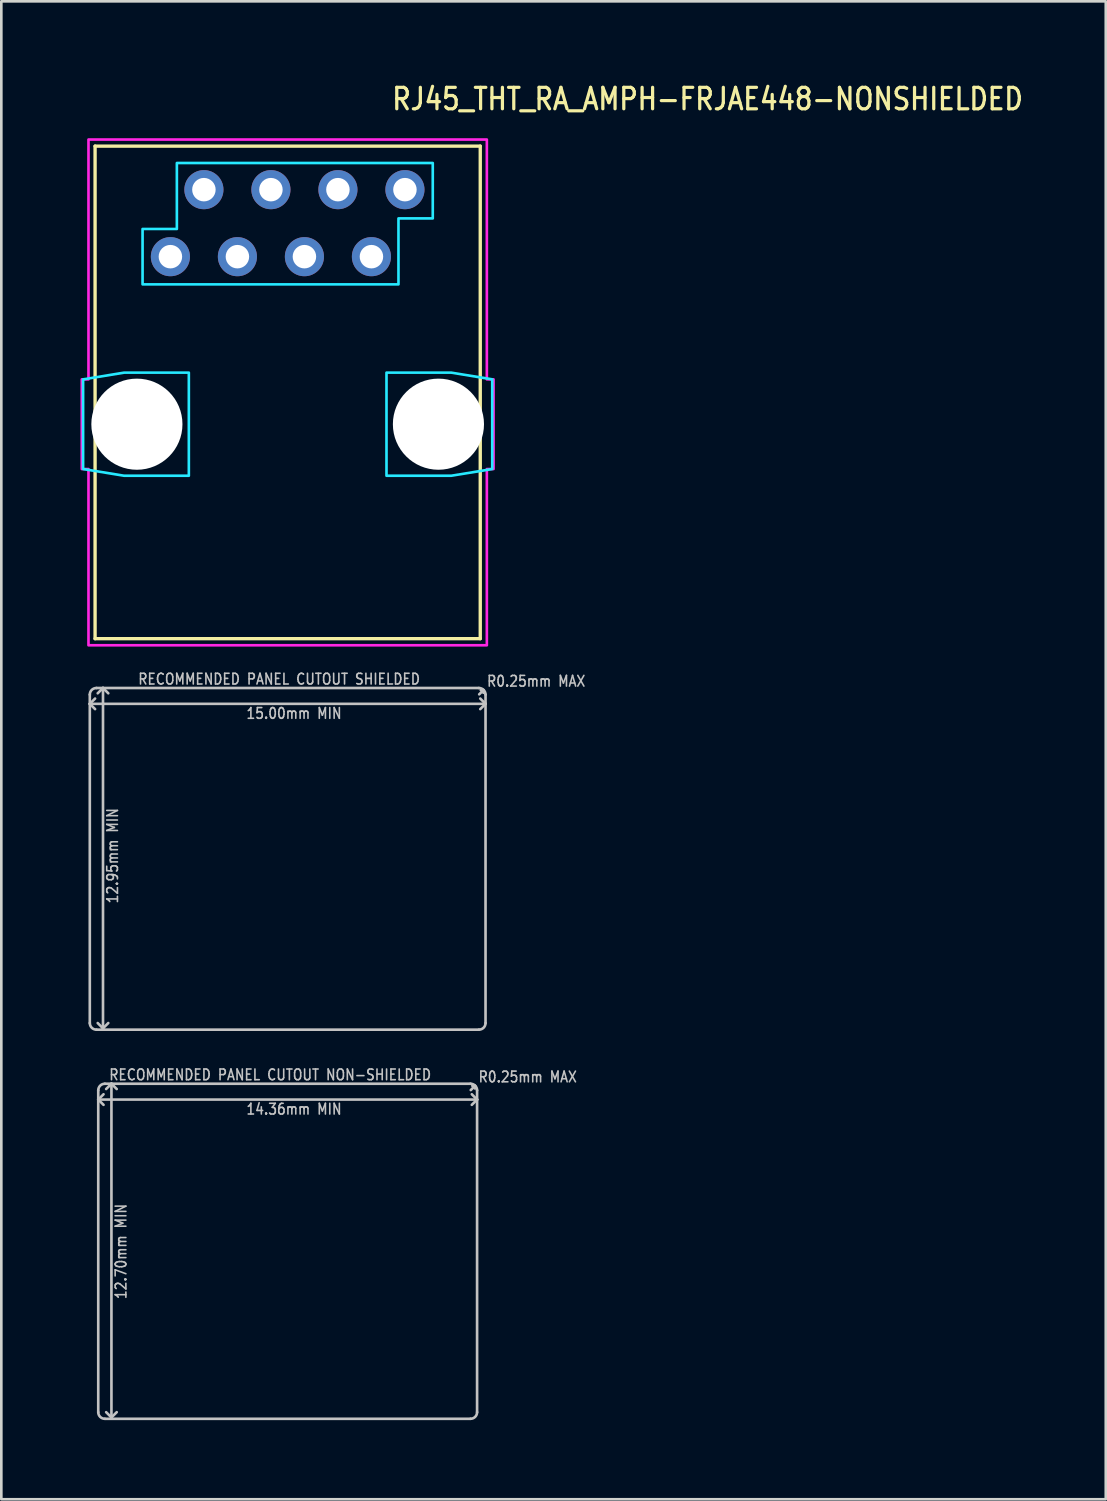
<source format=kicad_pcb>
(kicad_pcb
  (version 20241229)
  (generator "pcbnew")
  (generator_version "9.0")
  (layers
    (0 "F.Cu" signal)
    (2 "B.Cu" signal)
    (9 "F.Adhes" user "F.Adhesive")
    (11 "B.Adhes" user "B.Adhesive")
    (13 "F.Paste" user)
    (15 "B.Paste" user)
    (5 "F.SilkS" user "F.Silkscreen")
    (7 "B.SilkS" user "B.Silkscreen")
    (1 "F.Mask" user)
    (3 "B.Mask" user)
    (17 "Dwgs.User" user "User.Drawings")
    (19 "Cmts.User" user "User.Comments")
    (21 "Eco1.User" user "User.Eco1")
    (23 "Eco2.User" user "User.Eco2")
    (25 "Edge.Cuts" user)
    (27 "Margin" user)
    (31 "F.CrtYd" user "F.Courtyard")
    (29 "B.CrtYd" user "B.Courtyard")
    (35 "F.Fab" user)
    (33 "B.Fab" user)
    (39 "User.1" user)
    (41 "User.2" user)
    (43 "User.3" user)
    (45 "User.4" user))
  (footprint "RJ45_THT_RA_AMPH-FRJAE448-NONSHIELDED"
    (layer "F.Cu")
    (at 7.854 13.029)
    (property "Reference" "RJ45_THT_RA_AMPH-FRJAE448-NONSHIELDED" (at 3.89 -11.85 0) (unlocked yes) (layer "F.SilkS") (effects (font (size 0.813 0.695) (thickness 0.122)) (justify left bottom)))
    (fp_line (start -7.3 -10.54) (end 7.3 -10.54) (stroke (width 0.127) (type solid)) (layer "F.SilkS"))
    (fp_line (start -7.3 8.13) (end -7.3 -10.54) (stroke (width 0.127) (type solid)) (layer "F.SilkS"))
    (fp_line (start 7.3 -10.54) (end 7.3 8.13) (stroke (width 0.127) (type solid)) (layer "F.SilkS"))
    (fp_line (start 7.3 8.13) (end -7.3 8.13) (stroke (width 0.127) (type solid)) (layer "F.SilkS"))
    (fp_line (start -7.5 10.6) (end -7.5 10.25) (stroke (width 0.1) (type solid)) (layer "Dwgs.User"))
    (fp_line (start -7.5 10.6) (end -7.3 10.8) (stroke (width 0.1) (type solid)) (layer "Dwgs.User"))
    (fp_line (start -7.5 10.6) (end 7.5 10.6) (stroke (width 0.1) (type solid)) (layer "Dwgs.User"))
    (fp_line (start -7.5 22.7) (end -7.5 10.6) (stroke (width 0.1) (type solid)) (layer "Dwgs.User"))
    (fp_line (start -7.3 10.4) (end -7.5 10.6) (stroke (width 0.1) (type solid)) (layer "Dwgs.User"))
    (fp_line (start -7.25 10) (end -7 10) (stroke (width 0.1) (type solid)) (layer "Dwgs.User"))
    (fp_line (start -7.18 25.6) (end -7.18 25.25) (stroke (width 0.1) (type solid)) (layer "Dwgs.User"))
    (fp_line (start -7.18 25.6) (end -6.98 25.8) (stroke (width 0.1) (type solid)) (layer "Dwgs.User"))
    (fp_line (start -7.18 25.6) (end 7.18 25.6) (stroke (width 0.1) (type solid)) (layer "Dwgs.User"))
    (fp_line (start -7.18 37.45) (end -7.18 25.6) (stroke (width 0.1) (type solid)) (layer "Dwgs.User"))
    (fp_line (start -7 10) (end -7.2 10.2) (stroke (width 0.1) (type solid)) (layer "Dwgs.User"))
    (fp_line (start -7 10) (end -7 22.9) (stroke (width 0.1) (type solid)) (layer "Dwgs.User"))
    (fp_line (start -7 10) (end -6.8 10.2) (stroke (width 0.1) (type solid)) (layer "Dwgs.User"))
    (fp_line (start -7 10) (end 7.25 10) (stroke (width 0.1) (type solid)) (layer "Dwgs.User"))
    (fp_line (start -7 22.9) (end -7.2 22.7) (stroke (width 0.1) (type solid)) (layer "Dwgs.User"))
    (fp_line (start -7 22.9) (end -6.8 22.7) (stroke (width 0.1) (type solid)) (layer "Dwgs.User"))
    (fp_line (start -6.98 25.4) (end -7.18 25.6) (stroke (width 0.1) (type solid)) (layer "Dwgs.User"))
    (fp_line (start -6.93 25) (end -6.68 25) (stroke (width 0.1) (type solid)) (layer "Dwgs.User"))
    (fp_line (start -6.68 25) (end -6.88 25.2) (stroke (width 0.1) (type solid)) (layer "Dwgs.User"))
    (fp_line (start -6.68 25) (end -6.68 37.65) (stroke (width 0.1) (type solid)) (layer "Dwgs.User"))
    (fp_line (start -6.68 25) (end -6.48 25.2) (stroke (width 0.1) (type solid)) (layer "Dwgs.User"))
    (fp_line (start -6.68 25) (end 6.93 25) (stroke (width 0.1) (type solid)) (layer "Dwgs.User"))
    (fp_line (start -6.68 37.65) (end -6.88 37.45) (stroke (width 0.1) (type solid)) (layer "Dwgs.User"))
    (fp_line (start -6.68 37.65) (end -6.48 37.45) (stroke (width 0.1) (type solid)) (layer "Dwgs.User"))
    (fp_line (start 6.93 37.7) (end -6.93 37.7) (stroke (width 0.1) (type solid)) (layer "Dwgs.User"))
    (fp_line (start 6.94 25.24) (end 7.1 25.08) (stroke (width 0.1) (type solid)) (layer "Dwgs.User"))
    (fp_line (start 7.1 25.08) (end 7 25.08) (stroke (width 0.1) (type solid)) (layer "Dwgs.User"))
    (fp_line (start 7.1 25.08) (end 7.1 25.18) (stroke (width 0.1) (type solid)) (layer "Dwgs.User"))
    (fp_line (start 7.18 25.25) (end 7.18 25.6) (stroke (width 0.1) (type solid)) (layer "Dwgs.User"))
    (fp_line (start 7.18 25.6) (end 6.98 25.4) (stroke (width 0.1) (type solid)) (layer "Dwgs.User"))
    (fp_line (start 7.18 25.6) (end 6.98 25.8) (stroke (width 0.1) (type solid)) (layer "Dwgs.User"))
    (fp_line (start 7.18 25.6) (end 7.18 37.45) (stroke (width 0.1) (type solid)) (layer "Dwgs.User"))
    (fp_line (start 7.25 22.95) (end -7.25 22.95) (stroke (width 0.1) (type solid)) (layer "Dwgs.User"))
    (fp_line (start 7.26 10.24) (end 7.42 10.08) (stroke (width 0.1) (type solid)) (layer "Dwgs.User"))
    (fp_line (start 7.42 10.08) (end 7.32 10.08) (stroke (width 0.1) (type solid)) (layer "Dwgs.User"))
    (fp_line (start 7.42 10.08) (end 7.42 10.18) (stroke (width 0.1) (type solid)) (layer "Dwgs.User"))
    (fp_line (start 7.5 10.25) (end 7.5 10.6) (stroke (width 0.1) (type solid)) (layer "Dwgs.User"))
    (fp_line (start 7.5 10.6) (end 7.3 10.4) (stroke (width 0.1) (type solid)) (layer "Dwgs.User"))
    (fp_line (start 7.5 10.6) (end 7.3 10.8) (stroke (width 0.1) (type solid)) (layer "Dwgs.User"))
    (fp_line (start 7.5 10.6) (end 7.5 22.7) (stroke (width 0.1) (type solid)) (layer "Dwgs.User"))
    (fp_arc (start -7.5 10.25) (mid -7.426777 10.073223) (end -7.25 10) (stroke (width 0.1) (type solid)) (layer "Dwgs.User"))
    (fp_arc (start -7.25 22.95) (mid -7.426777 22.876777) (end -7.5 22.7) (stroke (width 0.1) (type solid)) (layer "Dwgs.User"))
    (fp_arc (start -7.18 25.25) (mid -7.106777 25.073223) (end -6.93 25) (stroke (width 0.1) (type solid)) (layer "Dwgs.User"))
    (fp_arc (start -6.93 37.7) (mid -7.106777 37.626777) (end -7.18 37.45) (stroke (width 0.1) (type solid)) (layer "Dwgs.User"))
    (fp_arc (start 6.93 25) (mid 7.106777 25.073223) (end 7.18 25.25) (stroke (width 0.1) (type solid)) (layer "Dwgs.User"))
    (fp_arc (start 7.18 37.45) (mid 7.106777 37.626777) (end 6.93 37.7) (stroke (width 0.1) (type solid)) (layer "Dwgs.User"))
    (fp_arc (start 7.25 10) (mid 7.426777 10.073223) (end 7.5 10.25) (stroke (width 0.1) (type solid)) (layer "Dwgs.User"))
    (fp_arc (start 7.5 22.7) (mid 7.426777 22.876777) (end 7.25 22.95) (stroke (width 0.1) (type solid)) (layer "Dwgs.User"))
    (fp_poly (pts (xy -6.2 -1.954) (xy -3.746 -1.954) (xy -3.746 1.954) (xy -6.2 1.954) (xy -7.754 1.7) (xy -7.754 -1.7)) (stroke (width 0.1) (type solid)) (fill no) (layer "B.CrtYd"))
    (fp_poly (pts (xy 6.2 1.954) (xy 3.746 1.954) (xy 3.746 -1.954) (xy 6.2 -1.954) (xy 7.754 -1.7) (xy 7.754 1.7)) (stroke (width 0.1) (type solid)) (fill no) (layer "B.CrtYd"))
    (fp_poly (pts (xy -4.2 -9.9) (xy 5.5 -9.9) (xy 5.5 -7.8) (xy 4.2 -7.8) (xy 4.2 -5.3) (xy -5.5 -5.3) (xy -5.5 -7.4) (xy -4.2 -7.4)) (stroke (width 0.1) (type solid)) (fill no) (layer "B.CrtYd"))
    (fp_poly (pts (xy -7.55 -10.79) (xy 7.55 -10.79) (xy 7.55 -1.7) (xy 7.804 -1.7) (xy 7.804 1.7) (xy 7.55 1.7) (xy 7.55 8.38) (xy -7.55 8.38) (xy -7.55 1.7) (xy -7.804 1.7) (xy -7.804 -1.7) (xy -7.55 -1.7)) (stroke (width 0.1) (type solid)) (fill no) (layer "F.CrtYd"))
    (fp_text user "R0.25mm MAX" (at 7.2 24.98 0) (unlocked yes) (layer "Dwgs.User") (effects (font (size 0.406 0.347) (thickness 0.061)) (justify left bottom)))
    (fp_text user "14.36mm MIN" (at -1.6 26.2 0) (unlocked yes) (layer "Dwgs.User") (effects (font (size 0.406 0.347) (thickness 0.061)) (justify left bottom)))
    (fp_text user "12.70mm MIN" (at -6.08 33.2 90) (unlocked yes) (layer "Dwgs.User") (effects (font (size 0.406 0.347) (thickness 0.061)) (justify left bottom)))
    (fp_text user "12.95mm MIN" (at -6.4 18.2 90) (unlocked yes) (layer "Dwgs.User") (effects (font (size 0.406 0.347) (thickness 0.061)) (justify left bottom)))
    (fp_text user "RECOMMENDED PANEL CUTOUT SHIELDED" (at -5.7 9.9 0) (unlocked yes) (layer "Dwgs.User") (effects (font (size 0.406 0.347) (thickness 0.061)) (justify left bottom)))
    (fp_text user "15.00mm MIN" (at -1.6 11.2 0) (unlocked yes) (layer "Dwgs.User") (effects (font (size 0.406 0.347) (thickness 0.061)) (justify left bottom)))
    (fp_text user "R0.25mm MAX" (at 7.52 9.98 0) (unlocked yes) (layer "Dwgs.User") (effects (font (size 0.406 0.347) (thickness 0.061)) (justify left bottom)))
    (fp_text user "RECOMMENDED PANEL CUTOUT NON-SHIELDED" (at -6.8 24.9 0) (unlocked yes) (layer "Dwgs.User") (effects (font (size 0.406 0.347) (thickness 0.061)) (justify left bottom)))
    (pad "" np_thru_hole circle (at -5.715 0) (size 3.454 3.454) (drill 3.454) (layers "*.Cu" "*.Mask"))
    (pad "" np_thru_hole circle (at 5.715 0) (size 3.454 3.454) (drill 3.454) (layers "*.Cu" "*.Mask"))
    (pad "P$1" thru_hole oval (at -4.445 -6.35) (size 1.483 1.483) (drill 0.89) (layers "*.Cu" "*.Mask"))
    (pad "P$2" thru_hole oval (at -3.175 -8.89) (size 1.483 1.483) (drill 0.89) (layers "*.Cu" "*.Mask"))
    (pad "P$3" thru_hole oval (at -1.905 -6.35) (size 1.483 1.483) (drill 0.89) (layers "*.Cu" "*.Mask"))
    (pad "P$4" thru_hole oval (at -0.635 -8.89) (size 1.483 1.483) (drill 0.89) (layers "*.Cu" "*.Mask"))
    (pad "P$5" thru_hole oval (at 0.635 -6.35) (size 1.483 1.483) (drill 0.89) (layers "*.Cu" "*.Mask"))
    (pad "P$6" thru_hole oval (at 1.905 -8.89) (size 1.483 1.483) (drill 0.89) (layers "*.Cu" "*.Mask"))
    (pad "P$7" thru_hole oval (at 3.175 -6.35) (size 1.483 1.483) (drill 0.89) (layers "*.Cu" "*.Mask"))
    (pad "P$8" thru_hole oval (at 4.445 -8.89) (size 1.483 1.483) (drill 0.89) (layers "*.Cu" "*.Mask")))
  (gr_rect
    (start -3 -3)
    (end 38.864 53.779)
    (stroke (width 0.1) (type default))
    (fill no)
    (layer "Edge.Cuts")))
</source>
